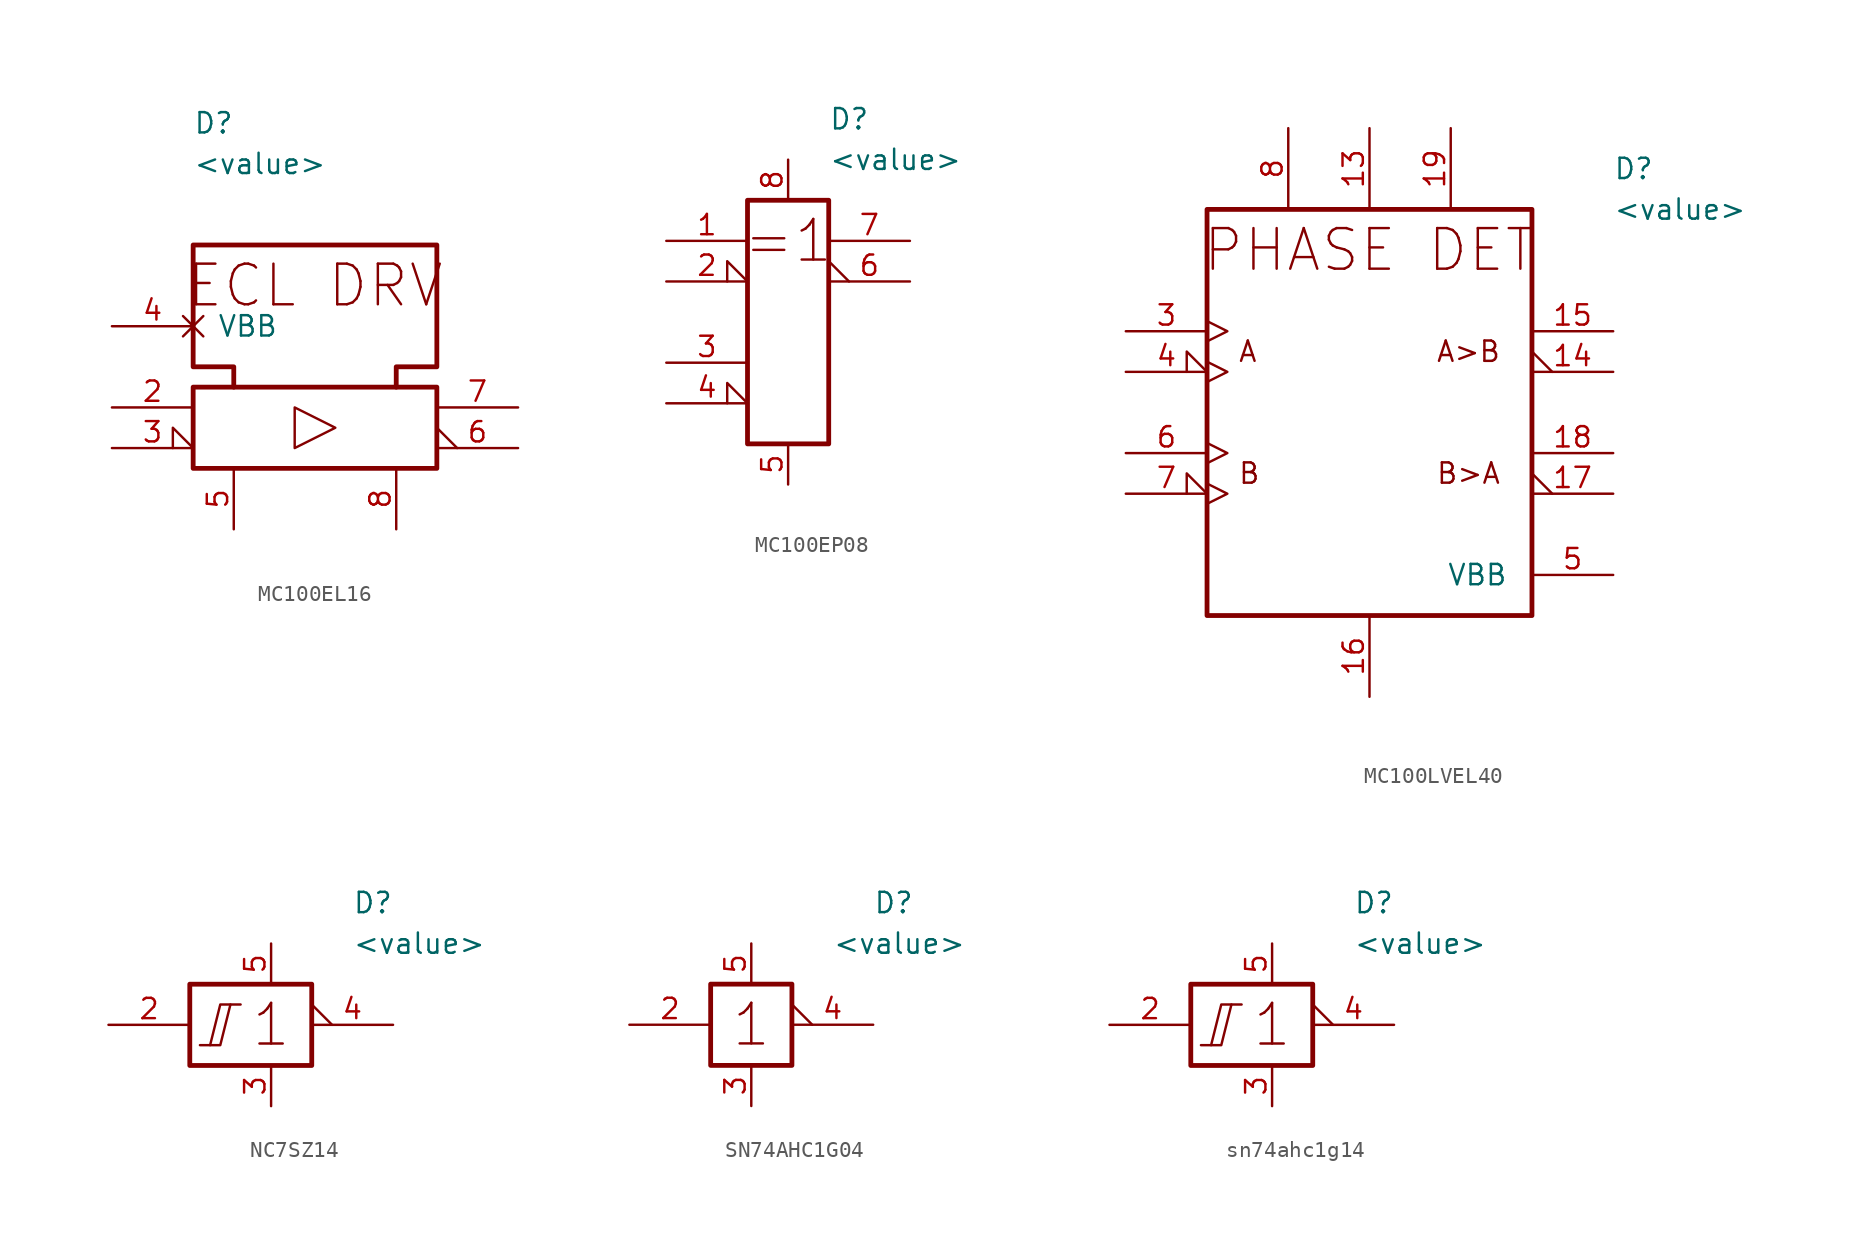
<source format=kicad_sym>
(kicad_symbol_lib
  (version 20231120)
  (generator "kicad_symbol_editor")
  (generator_version "8.0")
  (symbol "MC100EL16"
    (pin_names
      (offset 1.5))
    (property "Reference" "D"
      (at -7.62 20.32 0)
      (effects (font (size 1.27 1.27)) (justify left)))
    (property "Value" "<value>"
      (at -7.62 17.78 0)
      (effects (font (size 1.27 1.27)) (justify left)))
    (symbol "MC100EL16_0_1"
      (rectangle (start -7.62 3.81) (end 7.62 -1.27) (stroke (width 0.3) (type default)) (fill (type none)))
      (polyline (pts (xy -1.27 2.54) (xy -1.27 0) (xy 1.27 1.27) (xy -1.27 2.54)) (stroke (width 0) (type default)) (fill (type none)))
      (polyline (pts (xy -5.08 3.81) (xy -5.08 5.08) (xy -7.62 5.08) (xy -7.62 12.7) (xy 7.62 12.7) (xy 7.62 5.08) (xy 5.08 5.08) (xy 5.08 3.81)) (stroke (width 0.3) (type default)) (fill (type none))))
    (symbol "MC100EL16_1_1"
      (text "ECL DRV" (at 0 10.16 0) (effects (font (size 2.54 2.54))))
      (pin input line (at -12.7 2.54 0) (length 5.08) (name "" (effects (font (size 1.27 1.27)))) (number "2" (effects (font (size 1.27 1.27)))))
      (pin input input_low (at -12.7 0 0) (length 5.08) (name "" (effects (font (size 1.27 1.27)))) (number "3" (effects (font (size 1.27 1.27)))))
      (pin passive non_logic (at -12.7 7.62 0) (length 5.08) (name "VBB" (effects (font (size 1.27 1.27)))) (number "4" (effects (font (size 1.27 1.27)))))
      (pin power_in line (at -5.08 -5.08 90) (length 3.81) (name "" (effects (font (size 1.27 1.27)))) (number "5" (effects (font (size 1.27 1.27)))))
      (pin output output_low (at 12.7 0 180) (length 5.08) (name "" (effects (font (size 1.27 1.27)))) (number "6" (effects (font (size 1.27 1.27)))))
      (pin output line (at 12.7 2.54 180) (length 5.08) (name "" (effects (font (size 1.27 1.27)))) (number "7" (effects (font (size 1.27 1.27)))))
      (pin power_in line (at 5.08 -5.08 90) (length 3.81) (name "" (effects (font (size 1.27 1.27)))) (number "8" (effects (font (size 1.27 1.27)))))))
  (symbol "MC100EP08"
    (pin_names
      (offset 1) hide)
    (property "Reference" "D"
      (at 2.54 7.62 0)
      (effects (font (size 1.27 1.27)) (justify left)))
    (property "Value" "<value>"
      (at 2.54 5.08 0)
      (effects (font (size 1.27 1.27)) (justify left)))
    (symbol "MC100EP08_0_1"
      (rectangle (start -2.54 2.54) (end 2.54 -12.7) (stroke (width 0.3) (type default)) (fill (type none)))
      (text "=1" (at 0 0 0) (effects (font (size 2.54 2.54)))))
    (symbol "MC100EP08_1_1"
      (pin input line (at -7.62 0 0) (length 5.08) (name "" (effects (font (size 1.27 1.27)))) (number "1" (effects (font (size 1.27 1.27)))))
      (pin input input_low (at -7.62 -2.54 0) (length 5.08) (name "" (effects (font (size 1.27 1.27)))) (number "2" (effects (font (size 1.27 1.27)))))
      (pin input line (at -7.62 -7.62 0) (length 5.08) (name "" (effects (font (size 1.27 1.27)))) (number "3" (effects (font (size 1.27 1.27)))))
      (pin input input_low (at -7.62 -10.16 0) (length 5.08) (name "" (effects (font (size 1.27 1.27)))) (number "4" (effects (font (size 1.27 1.27)))))
      (pin power_in line (at 0 -15.24 90) (length 2.54) (name "" (effects (font (size 1.27 1.27)))) (number "5" (effects (font (size 1.27 1.27)))))
      (pin output output_low (at 7.62 -2.54 180) (length 5.08) (name "" (effects (font (size 1.27 1.27)))) (number "6" (effects (font (size 1.27 1.27)))))
      (pin output line (at 7.62 0 180) (length 5.08) (name "" (effects (font (size 1.27 1.27)))) (number "7" (effects (font (size 1.27 1.27)))))
      (pin power_in line (at 0 5.08 270) (length 2.54) (name "" (effects (font (size 1.27 1.27)))) (number "8" (effects (font (size 1.27 1.27)))))))
  (symbol "MC100LVEL40"
    (pin_names
      (offset 1.5))
    (property "Reference" "D"
      (at 15.24 15.24 0)
      (effects (font (size 1.27 1.27)) (justify left)))
    (property "Value" "<value>"
      (at 15.24 12.7 0)
      (effects (font (size 1.27 1.27)) (justify left)))
    (symbol "MC100LVEL40_1_1"
      (rectangle (start -10.16 12.7) (end 10.16 -12.7) (stroke (width 0.3) (type default)) (fill (type none)))
      (text "A" (at -8.255 3.81 0) (effects (font (size 1.27 1.27)) (justify left)))
      (text "A>B" (at 8.255 3.81 0) (effects (font (size 1.27 1.27)) (justify right)))
      (text "B" (at -8.255 -3.81 0) (effects (font (size 1.27 1.27)) (justify left)))
      (text "B>A" (at 8.255 -3.81 0) (effects (font (size 1.27 1.27)) (justify right)))
      (text "PHASE DET" (at 0 10.16 0) (effects (font (size 2.54 2.54))))
      (pin input line (at 0 17.78 270) (length 5.08) (name "" (effects (font (size 1.27 1.27)))) (number "13" (effects (font (size 1.27 1.27)))))
      (pin output output_low (at 15.24 2.54 180) (length 5.08) (name "" (effects (font (size 1.27 1.27)))) (number "14" (effects (font (size 1.27 1.27)))))
      (pin output line (at 15.24 5.08 180) (length 5.08) (name "" (effects (font (size 1.27 1.27)))) (number "15" (effects (font (size 1.27 1.27)))))
      (pin output line (at 0 -17.78 90) (length 5.08) (name "" (effects (font (size 1.27 1.27)))) (number "16" (effects (font (size 1.27 1.27)))))
      (pin output output_low (at 15.24 -5.08 180) (length 5.08) (name "" (effects (font (size 1.27 1.27)))) (number "17" (effects (font (size 1.27 1.27)))))
      (pin output line (at 15.24 -2.54 180) (length 5.08) (name "" (effects (font (size 1.27 1.27)))) (number "18" (effects (font (size 1.27 1.27)))))
      (pin input line (at 5.08 17.78 270) (length 5.08) (name "" (effects (font (size 1.27 1.27)))) (number "19" (effects (font (size 1.27 1.27)))))
      (pin input clock (at -15.24 5.08 0) (length 5.08) (name "" (effects (font (size 1.27 1.27)))) (number "3" (effects (font (size 1.27 1.27)))))
      (pin input clock_low (at -15.24 2.54 0) (length 5.08) (name "" (effects (font (size 1.27 1.27)))) (number "4" (effects (font (size 1.27 1.27)))))
      (pin output line (at 15.24 -10.16 180) (length 5.08) (name "VBB" (effects (font (size 1.27 1.27)))) (number "5" (effects (font (size 1.27 1.27)))))
      (pin input clock (at -15.24 -2.54 0) (length 5.08) (name "" (effects (font (size 1.27 1.27)))) (number "6" (effects (font (size 1.27 1.27)))))
      (pin input clock_low (at -15.24 -5.08 0) (length 5.08) (name "" (effects (font (size 1.27 1.27)))) (number "7" (effects (font (size 1.27 1.27)))))
      (pin input line (at -5.08 17.78 270) (length 5.08) (name "" (effects (font (size 1.27 1.27)))) (number "8" (effects (font (size 1.27 1.27)))))))
  (symbol "NC7SZ14"
    (pin_names
      (offset 1) hide)
    (property "Reference" "D"
      (at 7.62 7.62 0)
      (effects (font (size 1.27 1.27)) (justify left)))
    (property "Value" "<value>"
      (at 7.62 5.08 0)
      (effects (font (size 1.27 1.27)) (justify left)))
    (symbol "NC7SZ14_0_1"
      (rectangle (start -2.54 2.54) (end 5.08 -2.54) (stroke (width 0.3) (type default)) (fill (type none)))
      (polyline (pts (xy 0 1.27) (xy -0.635 1.27) (xy -1.27 -1.27)) (stroke (width 0) (type default)) (fill (type none)))
      (polyline (pts (xy -1.905 -1.27) (xy -0.635 -1.27) (xy 0 1.27) (xy 0.635 1.27)) (stroke (width 0) (type default)) (fill (type none)))
      (text "1" (at 2.54 0 0) (effects (font (size 2.54 2.54)))))
    (symbol "NC7SZ14_1_1"
      (pin input line (at -7.62 0 0) (length 5.08) (name "" (effects (font (size 1.27 1.27)))) (number "2" (effects (font (size 1.27 1.27)))))
      (pin power_in line (at 2.54 -5.08 90) (length 2.54) (name "GND" (effects (font (size 1.27 1.27)))) (number "3" (effects (font (size 1.27 1.27)))))
      (pin output output_low (at 10.16 0 180) (length 5.08) (name "" (effects (font (size 1.27 1.27)))) (number "4" (effects (font (size 1.27 1.27)))))
      (pin power_in line (at 2.54 5.08 270) (length 2.54) (name "VCC" (effects (font (size 1.27 1.27)))) (number "5" (effects (font (size 1.27 1.27)))))))
  (symbol "SN74AHC1G04"
    (pin_names
      (offset 1) hide)
    (property "Reference" "D"
      (at 7.62 7.62 0)
      (effects (font (size 1.27 1.27)) (justify left)))
    (property "Value" "<value>"
      (at 5.08 5.08 0)
      (effects (font (size 1.27 1.27)) (justify left)))
    (symbol "SN74AHC1G04_0_1"
      (rectangle (start -2.54 2.54) (end 2.54 -2.54) (stroke (width 0.3) (type default)) (fill (type none)))
      (text "1" (at 0 0 0) (effects (font (size 2.54 2.54)))))
    (symbol "SN74AHC1G04_1_1"
      (pin input line (at -7.62 0 0) (length 5.08) (name "" (effects (font (size 1.27 1.27)))) (number "2" (effects (font (size 1.27 1.27)))))
      (pin power_in line (at 0 -5.08 90) (length 2.54) (name "GND" (effects (font (size 1.27 1.27)))) (number "3" (effects (font (size 1.27 1.27)))))
      (pin output output_low (at 7.62 0 180) (length 5.08) (name "" (effects (font (size 1.27 1.27)))) (number "4" (effects (font (size 1.27 1.27)))))
      (pin power_in line (at 0 5.08 270) (length 2.54) (name "VCC" (effects (font (size 1.27 1.27)))) (number "5" (effects (font (size 1.27 1.27)))))))
  (symbol "sn74ahc1g14"
    (pin_names
      (offset 1) hide)
    (property "Reference" "D"
      (at 7.62 7.62 0)
      (effects (font (size 1.27 1.27)) (justify left)))
    (property "Value" "<value>"
      (at 7.62 5.08 0)
      (effects (font (size 1.27 1.27)) (justify left)))
    (symbol "sn74ahc1g14_0_1"
      (rectangle (start -2.54 2.54) (end 5.08 -2.54) (stroke (width 0.3) (type default)) (fill (type none)))
      (polyline (pts (xy 0 1.27) (xy -0.635 1.27) (xy -1.27 -1.27)) (stroke (width 0) (type default)) (fill (type none)))
      (polyline (pts (xy -1.905 -1.27) (xy -0.635 -1.27) (xy 0 1.27) (xy 0.635 1.27)) (stroke (width 0) (type default)) (fill (type none)))
      (text "1" (at 2.54 0 0) (effects (font (size 2.54 2.54)))))
    (symbol "sn74ahc1g14_1_1"
      (pin input line (at -7.62 0 0) (length 5.08) (name "" (effects (font (size 1.27 1.27)))) (number "2" (effects (font (size 1.27 1.27)))))
      (pin power_in line (at 2.54 -5.08 90) (length 2.54) (name "GND" (effects (font (size 1.27 1.27)))) (number "3" (effects (font (size 1.27 1.27)))))
      (pin output output_low (at 10.16 0 180) (length 5.08) (name "" (effects (font (size 1.27 1.27)))) (number "4" (effects (font (size 1.27 1.27)))))
      (pin power_in line (at 2.54 5.08 270) (length 2.54) (name "VCC" (effects (font (size 1.27 1.27)))) (number "5" (effects (font (size 1.27 1.27))))))))
</source>
